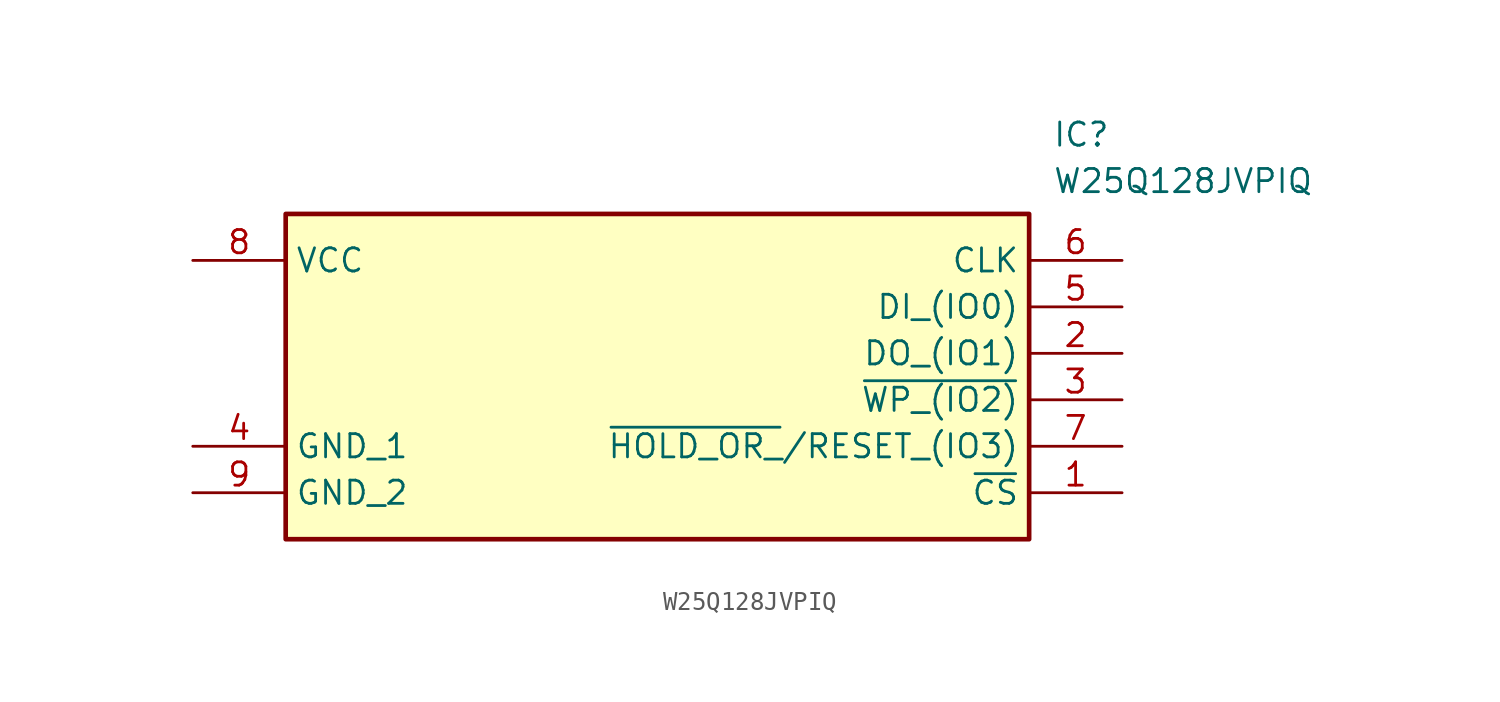
<source format=kicad_sym>
(kicad_symbol_lib
  (version 20211014)
  (generator SamacSys_ECAD_Model)
  (symbol "W25Q128JVPIQ"
    (property "Reference" "IC"
      (at 46.99 7.62 0)
      (effects (font (size 1.27 1.27)) (justify left top)))
    (property "Value" "W25Q128JVPIQ"
      (at 46.99 5.08 0)
      (effects (font (size 1.27 1.27)) (justify left top)))
    (rectangle
      (start 5.08 2.54)
      (end 45.72 -15.24)
      (stroke (width 0.254) (type default))
      (fill (type background)))
    (pin passive line
      (at 50.8 -12.7 180)
      (length 5.08)
      (name "~{CS}" (effects (font (size 1.27 1.27))))
      (number "1" (effects (font (size 1.27 1.27)))))
    (pin passive line
      (at 50.8 -5.08 180)
      (length 5.08)
      (name "DO_(IO1)" (effects (font (size 1.27 1.27))))
      (number "2" (effects (font (size 1.27 1.27)))))
    (pin passive line
      (at 50.8 -7.62 180)
      (length 5.08)
      (name "~{WP_(IO2)}" (effects (font (size 1.27 1.27))))
      (number "3" (effects (font (size 1.27 1.27)))))
    (pin passive line
      (at 0 -10.16 0)
      (length 5.08)
      (name "GND_1" (effects (font (size 1.27 1.27))))
      (number "4" (effects (font (size 1.27 1.27)))))
    (pin passive line
      (at 50.8 -2.54 180)
      (length 5.08)
      (name "DI_(IO0)" (effects (font (size 1.27 1.27))))
      (number "5" (effects (font (size 1.27 1.27)))))
    (pin passive line
      (at 50.8 0 180)
      (length 5.08)
      (name "CLK" (effects (font (size 1.27 1.27))))
      (number "6" (effects (font (size 1.27 1.27)))))
    (pin passive line
      (at 50.8 -10.16 180)
      (length 5.08)
      (name "~{HOLD_OR_}/RESET_(IO3)" (effects (font (size 1.27 1.27))))
      (number "7" (effects (font (size 1.27 1.27)))))
    (pin passive line
      (at 0 0 0)
      (length 5.08)
      (name "VCC" (effects (font (size 1.27 1.27))))
      (number "8" (effects (font (size 1.27 1.27)))))
    (pin passive line
      (at 0 -12.7 0)
      (length 5.08)
      (name "GND_2" (effects (font (size 1.27 1.27))))
      (number "9" (effects (font (size 1.27 1.27)))))))
</source>
